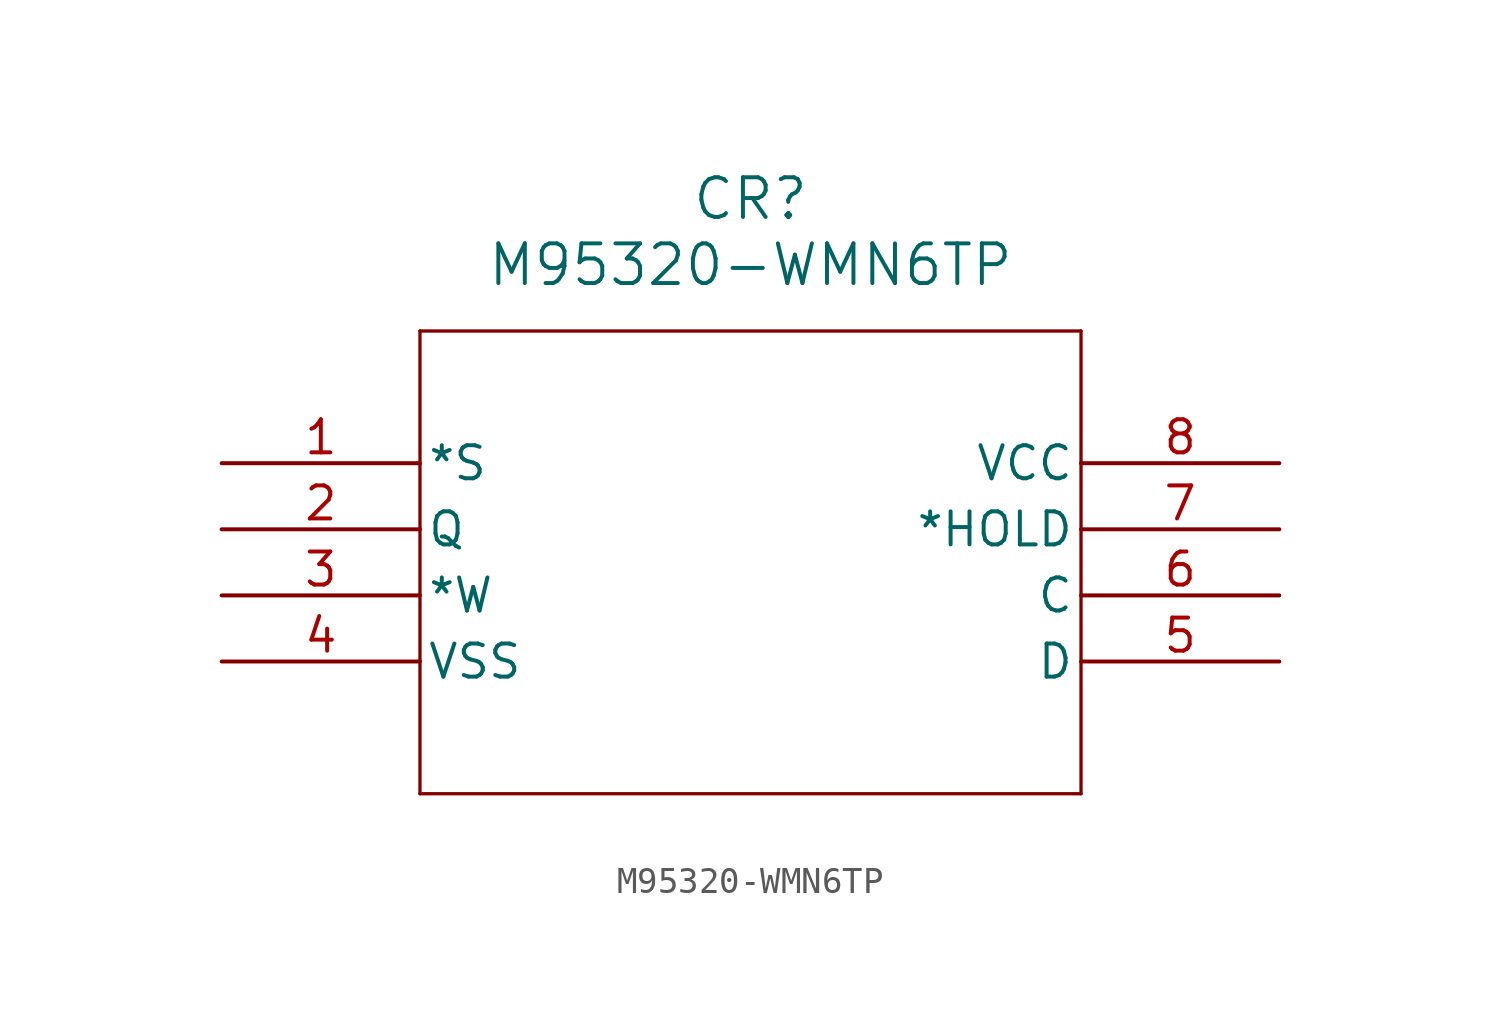
<source format=kicad_sym>
(kicad_symbol_lib
  (version 20211014)
  (generator kicad_symbol_editor)
  (symbol "M95320-WMN6TP"
    (pin_names
      (offset 0.254))
    (property "Reference" "CR"
      (at 20.32 10.16 0)
      (effects (font (size 1.524 1.524))))
    (property "Value" "M95320-WMN6TP"
      (at 20.32 7.62 0)
      (effects (font (size 1.524 1.524))))
    (symbol "M95320-WMN6TP_0_1"
      (polyline (pts (xy 7.62 5.08) (xy 7.62 -12.7)) (stroke (width 0.127) (type default) (color 0 0 0 0)) (fill (type none)))
      (polyline (pts (xy 7.62 -12.7) (xy 33.02 -12.7)) (stroke (width 0.127) (type default) (color 0 0 0 0)) (fill (type none)))
      (polyline (pts (xy 33.02 -12.7) (xy 33.02 5.08)) (stroke (width 0.127) (type default) (color 0 0 0 0)) (fill (type none)))
      (polyline (pts (xy 33.02 5.08) (xy 7.62 5.08)) (stroke (width 0.127) (type default) (color 0 0 0 0)) (fill (type none)))
      (pin unspecified line (at 0 0 0) (length 7.62) (name "*S" (effects (font (size 1.27 1.27)))) (number "1" (effects (font (size 1.27 1.27)))))
      (pin output line (at 0 -2.54 0) (length 7.62) (name "Q" (effects (font (size 1.27 1.27)))) (number "2" (effects (font (size 1.27 1.27)))))
      (pin unspecified line (at 0 -5.08 0) (length 7.62) (name "*W" (effects (font (size 1.27 1.27)))) (number "3" (effects (font (size 1.27 1.27)))))
      (pin power_in line (at 0 -7.62 0) (length 7.62) (name "VSS" (effects (font (size 1.27 1.27)))) (number "4" (effects (font (size 1.27 1.27)))))
      (pin input line (at 40.64 -7.62 180) (length 7.62) (name "D" (effects (font (size 1.27 1.27)))) (number "5" (effects (font (size 1.27 1.27)))))
      (pin unspecified line (at 40.64 -5.08 180) (length 7.62) (name "C" (effects (font (size 1.27 1.27)))) (number "6" (effects (font (size 1.27 1.27)))))
      (pin unspecified line (at 40.64 -2.54 180) (length 7.62) (name "*HOLD" (effects (font (size 1.27 1.27)))) (number "7" (effects (font (size 1.27 1.27)))))
      (pin power_in line (at 40.64 0 180) (length 7.62) (name "VCC" (effects (font (size 1.27 1.27)))) (number "8" (effects (font (size 1.27 1.27))))))))
</source>
